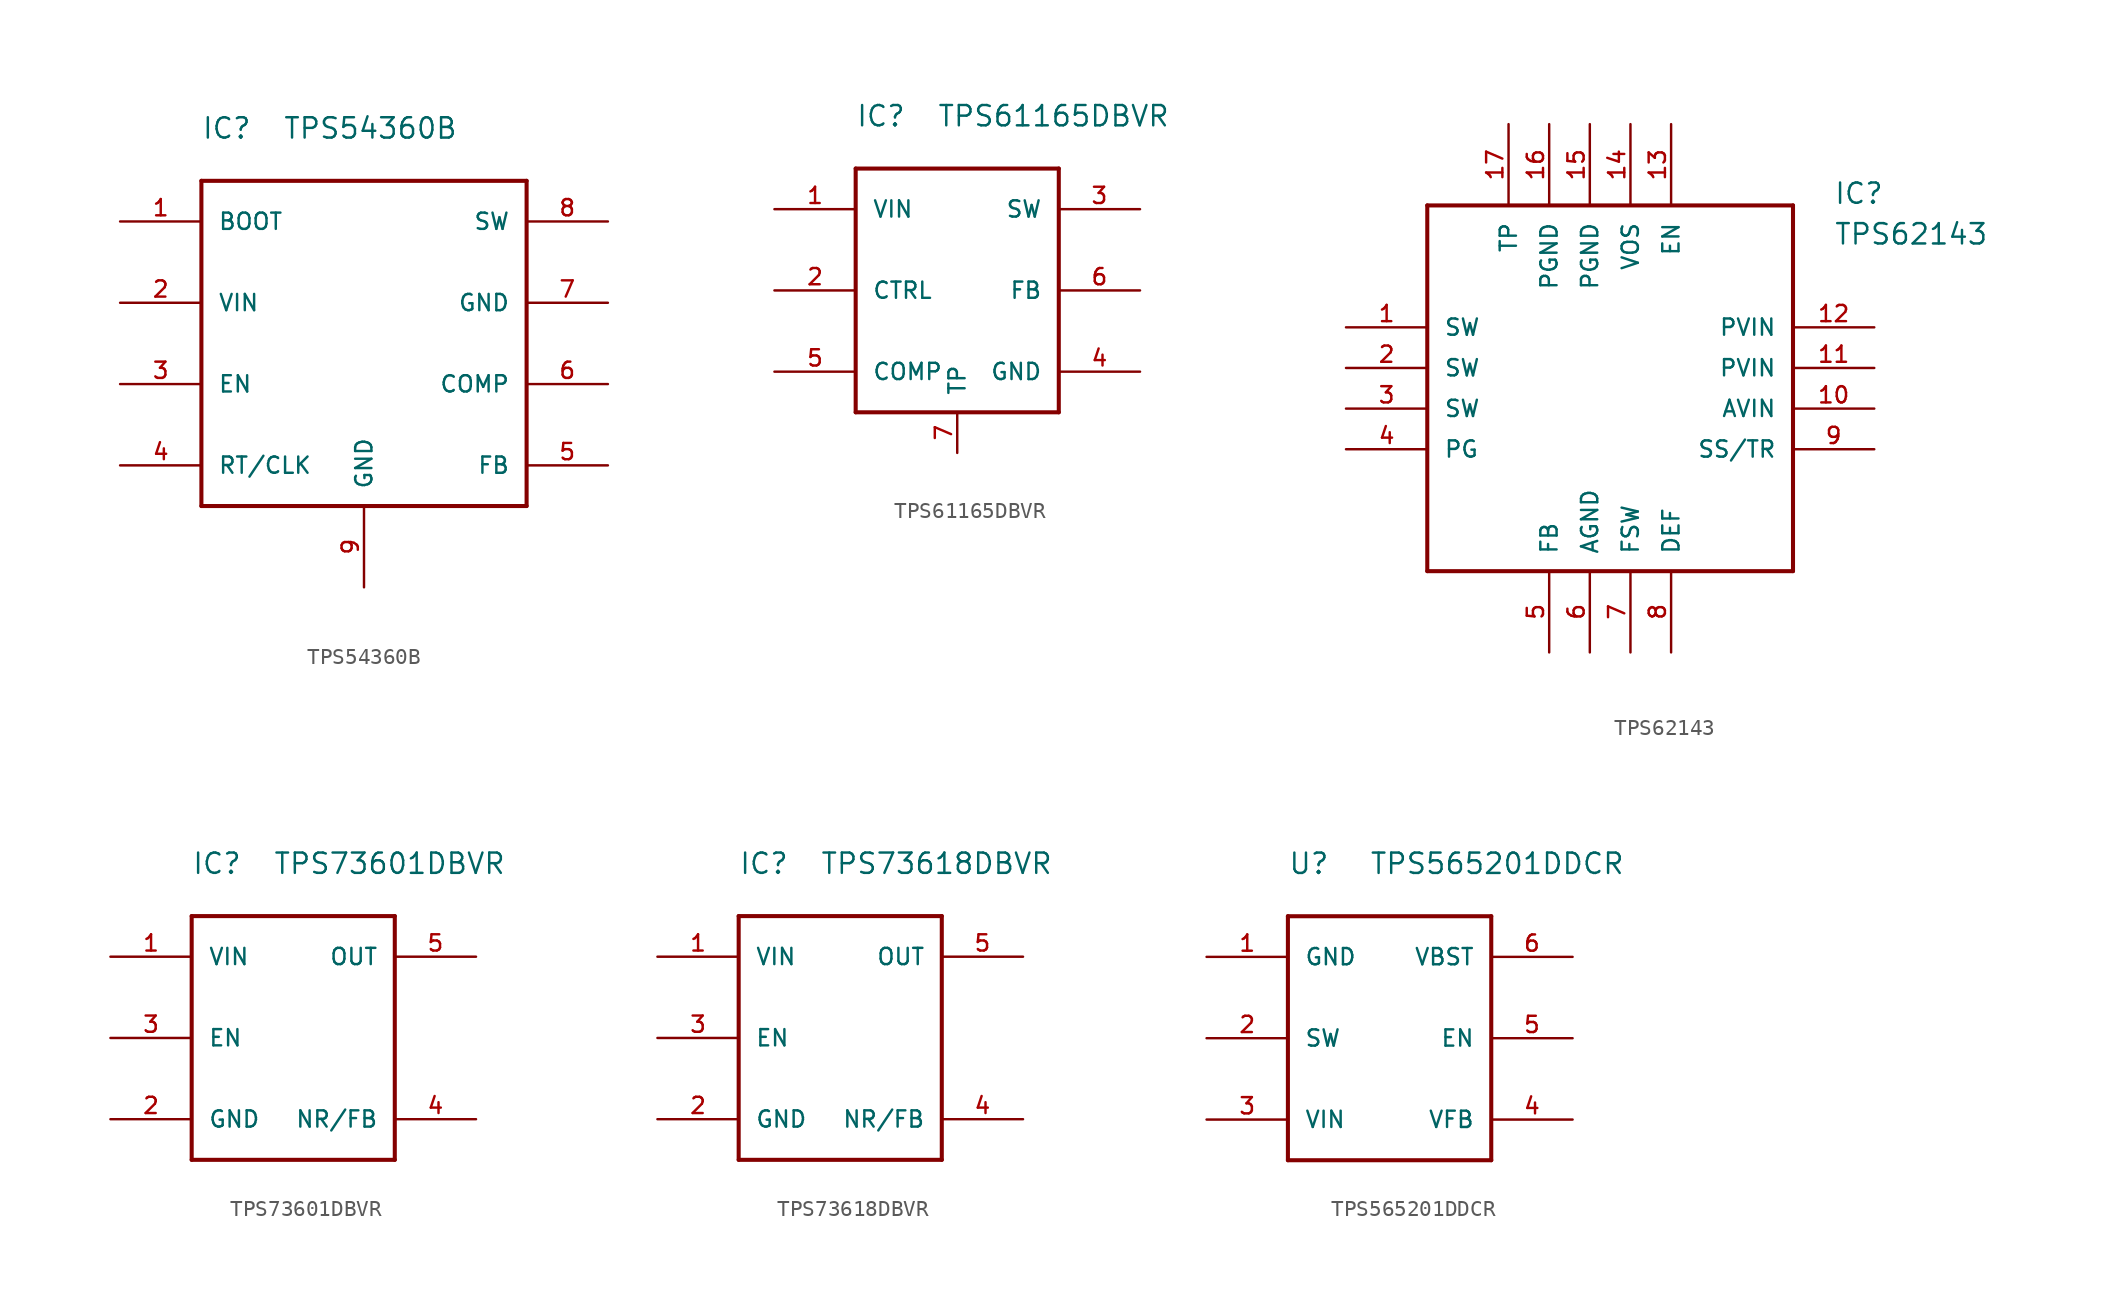
<source format=kicad_sym>
(kicad_symbol_lib
  (version 20220914)
  (generator kicad_symbol_editor)
  (symbol "TPS54360B"
    (pin_names
      (offset 1.016))
    (property "Reference" "IC"
      (at 0 2.54 0)
      (effects (font (size 1.27 1.27)) (justify left bottom)))
    (property "Value" "TPS54360B"
      (at 5.08 2.54 0)
      (effects (font (size 1.27 1.27)) (justify left bottom)))
    (symbol "TPS54360B_1_0"
      (polyline (pts (xy 0 -20.32) (xy 0 0)) (stroke (width 0.254) (type solid)) (fill (type none)))
      (polyline (pts (xy 0 0) (xy 20.32 0)) (stroke (width 0.254) (type solid)) (fill (type none)))
      (polyline (pts (xy 20.32 -20.32) (xy 0 -20.32)) (stroke (width 0.254) (type solid)) (fill (type none)))
      (polyline (pts (xy 20.32 0) (xy 20.32 -20.32)) (stroke (width 0.254) (type solid)) (fill (type none))))
    (symbol "TPS54360B_1_1"
      (pin input line (at -5.08 -2.54 0) (length 5.08) (name "BOOT" (effects (font (size 1.016 1.016)))) (number "1" (effects (font (size 1.016 1.016)))))
      (pin power_in line (at -5.08 -7.62 0) (length 5.08) (name "VIN" (effects (font (size 1.016 1.016)))) (number "2" (effects (font (size 1.016 1.016)))))
      (pin input line (at -5.08 -12.7 0) (length 5.08) (name "EN" (effects (font (size 1.016 1.016)))) (number "3" (effects (font (size 1.016 1.016)))))
      (pin passive line (at -5.08 -17.78 0) (length 5.08) (name "RT/CLK" (effects (font (size 1.016 1.016)))) (number "4" (effects (font (size 1.016 1.016)))))
      (pin input line (at 25.4 -17.78 180) (length 5.08) (name "FB" (effects (font (size 1.016 1.016)))) (number "5" (effects (font (size 1.016 1.016)))))
      (pin unspecified line (at 25.4 -12.7 180) (length 5.08) (name "COMP" (effects (font (size 1.016 1.016)))) (number "6" (effects (font (size 1.016 1.016)))))
      (pin power_in line (at 25.4 -7.62 180) (length 5.08) (name "GND" (effects (font (size 1.016 1.016)))) (number "7" (effects (font (size 1.016 1.016)))))
      (pin power_out line (at 25.4 -2.54 180) (length 5.08) (name "SW" (effects (font (size 1.016 1.016)))) (number "8" (effects (font (size 1.016 1.016)))))
      (pin input line (at 10.16 -25.4 90) (length 5.08) (name "GND" (effects (font (size 1.016 1.016)))) (number "9" (effects (font (size 1.016 1.016)))))))
  (symbol "TPS61165DBVR"
    (pin_names
      (offset 1.016))
    (property "Reference" "IC"
      (at 0 2.54 0)
      (effects (font (size 1.27 1.27)) (justify left bottom)))
    (property "Value" "TPS61165DBVR"
      (at 5.08 2.54 0)
      (effects (font (size 1.27 1.27)) (justify left bottom)))
    (symbol "TPS61165DBVR_1_0"
      (polyline (pts (xy 0 -15.24) (xy 0 0)) (stroke (width 0.254) (type solid)) (fill (type none)))
      (polyline (pts (xy 0 0) (xy 12.7 0)) (stroke (width 0.254) (type solid)) (fill (type none)))
      (polyline (pts (xy 12.7 -15.24) (xy 0 -15.24)) (stroke (width 0.254) (type solid)) (fill (type none)))
      (polyline (pts (xy 12.7 0) (xy 12.7 -15.24)) (stroke (width 0.254) (type solid)) (fill (type none))))
    (symbol "TPS61165DBVR_1_1"
      (pin power_in line (at -5.08 -2.54 0) (length 5.08) (name "VIN" (effects (font (size 1.016 1.016)))) (number "1" (effects (font (size 1.016 1.016)))))
      (pin input line (at -5.08 -7.62 0) (length 5.08) (name "CTRL" (effects (font (size 1.016 1.016)))) (number "2" (effects (font (size 1.016 1.016)))))
      (pin power_out line (at 17.78 -2.54 180) (length 5.08) (name "SW" (effects (font (size 1.016 1.016)))) (number "3" (effects (font (size 1.016 1.016)))))
      (pin power_in line (at 17.78 -12.7 180) (length 5.08) (name "GND" (effects (font (size 1.016 1.016)))) (number "4" (effects (font (size 1.016 1.016)))))
      (pin output line (at -5.08 -12.7 0) (length 5.08) (name "COMP" (effects (font (size 1.016 1.016)))) (number "5" (effects (font (size 1.016 1.016)))))
      (pin input line (at 17.78 -7.62 180) (length 5.08) (name "FB" (effects (font (size 1.016 1.016)))) (number "6" (effects (font (size 1.016 1.016)))))
      (pin passive line (at 6.35 -17.78 90) (length 2.54) (name "TP" (effects (font (size 1.016 1.016)))) (number "7" (effects (font (size 1.016 1.016)))))))
  (symbol "TPS62143"
    (pin_names
      (offset 1.016))
    (property "Reference" "IC"
      (at 25.4 0 0)
      (effects (font (size 1.27 1.27)) (justify left bottom)))
    (property "Value" "TPS62143"
      (at 25.4 -2.54 0)
      (effects (font (size 1.27 1.27)) (justify left bottom)))
    (symbol "TPS62143_1_0"
      (polyline (pts (xy 0 -22.86) (xy 0 0)) (stroke (width 0.254) (type solid)) (fill (type none)))
      (polyline (pts (xy 0 0) (xy 22.86 0)) (stroke (width 0.254) (type solid)) (fill (type none)))
      (polyline (pts (xy 22.86 -22.86) (xy 0 -22.86)) (stroke (width 0.254) (type solid)) (fill (type none)))
      (polyline (pts (xy 22.86 0) (xy 22.86 -22.86)) (stroke (width 0.254) (type solid)) (fill (type none))))
    (symbol "TPS62143_1_1"
      (pin output line (at -5.08 -7.62 0) (length 5.08) (name "SW" (effects (font (size 1.016 1.016)))) (number "1" (effects (font (size 1.016 1.016)))))
      (pin input line (at 27.94 -12.7 180) (length 5.08) (name "AVIN" (effects (font (size 1.016 1.016)))) (number "10" (effects (font (size 1.016 1.016)))))
      (pin power_in line (at 27.94 -10.16 180) (length 5.08) (name "PVIN" (effects (font (size 1.016 1.016)))) (number "11" (effects (font (size 1.016 1.016)))))
      (pin power_in line (at 27.94 -7.62 180) (length 5.08) (name "PVIN" (effects (font (size 1.016 1.016)))) (number "12" (effects (font (size 1.016 1.016)))))
      (pin input line (at 15.24 5.08 270) (length 5.08) (name "EN" (effects (font (size 1.016 1.016)))) (number "13" (effects (font (size 1.016 1.016)))))
      (pin input line (at 12.7 5.08 270) (length 5.08) (name "VOS" (effects (font (size 1.016 1.016)))) (number "14" (effects (font (size 1.016 1.016)))))
      (pin power_in line (at 10.16 5.08 270) (length 5.08) (name "PGND" (effects (font (size 1.016 1.016)))) (number "15" (effects (font (size 1.016 1.016)))))
      (pin power_in line (at 7.62 5.08 270) (length 5.08) (name "PGND" (effects (font (size 1.016 1.016)))) (number "16" (effects (font (size 1.016 1.016)))))
      (pin power_in line (at 5.08 5.08 270) (length 5.08) (name "TP" (effects (font (size 1.016 1.016)))) (number "17" (effects (font (size 1.016 1.016)))))
      (pin passive line (at -5.08 -10.16 0) (length 5.08) (name "SW" (effects (font (size 1.016 1.016)))) (number "2" (effects (font (size 1.016 1.016)))))
      (pin passive line (at -5.08 -12.7 0) (length 5.08) (name "SW" (effects (font (size 1.016 1.016)))) (number "3" (effects (font (size 1.016 1.016)))))
      (pin output line (at -5.08 -15.24 0) (length 5.08) (name "PG" (effects (font (size 1.016 1.016)))) (number "4" (effects (font (size 1.016 1.016)))))
      (pin input line (at 7.62 -27.94 90) (length 5.08) (name "FB" (effects (font (size 1.016 1.016)))) (number "5" (effects (font (size 1.016 1.016)))))
      (pin power_in line (at 10.16 -27.94 90) (length 5.08) (name "AGND" (effects (font (size 1.016 1.016)))) (number "6" (effects (font (size 1.016 1.016)))))
      (pin input line (at 12.7 -27.94 90) (length 5.08) (name "FSW" (effects (font (size 1.016 1.016)))) (number "7" (effects (font (size 1.016 1.016)))))
      (pin input line (at 15.24 -27.94 90) (length 5.08) (name "DEF" (effects (font (size 1.016 1.016)))) (number "8" (effects (font (size 1.016 1.016)))))
      (pin input line (at 27.94 -15.24 180) (length 5.08) (name "SS/TR" (effects (font (size 1.016 1.016)))) (number "9" (effects (font (size 1.016 1.016)))))))
  (symbol "TPS73601DBVR"
    (pin_names
      (offset 1.016))
    (property "Reference" "IC"
      (at 0 2.54 0)
      (effects (font (size 1.27 1.27)) (justify left bottom)))
    (property "Value" "TPS73601DBVR"
      (at 5.08 2.54 0)
      (effects (font (size 1.27 1.27)) (justify left bottom)))
    (symbol "TPS73601DBVR_1_0"
      (polyline (pts (xy 0 -15.24) (xy 0 0)) (stroke (width 0.254) (type solid)) (fill (type none)))
      (polyline (pts (xy 0 0) (xy 12.7 0)) (stroke (width 0.254) (type solid)) (fill (type none)))
      (polyline (pts (xy 12.7 -15.24) (xy 0 -15.24)) (stroke (width 0.254) (type solid)) (fill (type none)))
      (polyline (pts (xy 12.7 0) (xy 12.7 -15.24)) (stroke (width 0.254) (type solid)) (fill (type none))))
    (symbol "TPS73601DBVR_1_1"
      (pin power_in line (at -5.08 -2.54 0) (length 5.08) (name "VIN" (effects (font (size 1.016 1.016)))) (number "1" (effects (font (size 1.016 1.016)))))
      (pin power_in line (at -5.08 -12.7 0) (length 5.08) (name "GND" (effects (font (size 1.016 1.016)))) (number "2" (effects (font (size 1.016 1.016)))))
      (pin input line (at -5.08 -7.62 0) (length 5.08) (name "EN" (effects (font (size 1.016 1.016)))) (number "3" (effects (font (size 1.016 1.016)))))
      (pin input line (at 17.78 -12.7 180) (length 5.08) (name "NR/FB" (effects (font (size 1.016 1.016)))) (number "4" (effects (font (size 1.016 1.016)))))
      (pin power_out line (at 17.78 -2.54 180) (length 5.08) (name "OUT" (effects (font (size 1.016 1.016)))) (number "5" (effects (font (size 1.016 1.016)))))))
  (symbol "TPS73618DBVR"
    (pin_names
      (offset 1.016))
    (property "Reference" "IC"
      (at 0 2.54 0)
      (effects (font (size 1.27 1.27)) (justify left bottom)))
    (property "Value" "TPS73618DBVR"
      (at 5.08 2.54 0)
      (effects (font (size 1.27 1.27)) (justify left bottom)))
    (symbol "TPS73618DBVR_1_0"
      (polyline (pts (xy 0 -15.24) (xy 0 0)) (stroke (width 0.254) (type solid)) (fill (type none)))
      (polyline (pts (xy 0 0) (xy 12.7 0)) (stroke (width 0.254) (type solid)) (fill (type none)))
      (polyline (pts (xy 12.7 -15.24) (xy 0 -15.24)) (stroke (width 0.254) (type solid)) (fill (type none)))
      (polyline (pts (xy 12.7 0) (xy 12.7 -15.24)) (stroke (width 0.254) (type solid)) (fill (type none))))
    (symbol "TPS73618DBVR_1_1"
      (pin power_in line (at -5.08 -2.54 0) (length 5.08) (name "VIN" (effects (font (size 1.016 1.016)))) (number "1" (effects (font (size 1.016 1.016)))))
      (pin power_in line (at -5.08 -12.7 0) (length 5.08) (name "GND" (effects (font (size 1.016 1.016)))) (number "2" (effects (font (size 1.016 1.016)))))
      (pin input line (at -5.08 -7.62 0) (length 5.08) (name "EN" (effects (font (size 1.016 1.016)))) (number "3" (effects (font (size 1.016 1.016)))))
      (pin input line (at 17.78 -12.7 180) (length 5.08) (name "NR/FB" (effects (font (size 1.016 1.016)))) (number "4" (effects (font (size 1.016 1.016)))))
      (pin power_out line (at 17.78 -2.54 180) (length 5.08) (name "OUT" (effects (font (size 1.016 1.016)))) (number "5" (effects (font (size 1.016 1.016)))))))
  (symbol "TPS565201DDCR"
    (pin_names
      (offset 1.016))
    (property "Reference" "U"
      (at 0 2.54 0)
      (effects (font (size 1.27 1.27)) (justify left bottom)))
    (property "Value" "TPS565201DDCR"
      (at 5.08 2.54 0)
      (effects (font (size 1.27 1.27)) (justify left bottom)))
    (symbol "TPS565201DDCR_1_0"
      (polyline (pts (xy 0 -15.24) (xy 0 0)) (stroke (width 0.254) (type solid)) (fill (type none)))
      (polyline (pts (xy 0 0) (xy 12.7 0)) (stroke (width 0.254) (type solid)) (fill (type none)))
      (polyline (pts (xy 12.7 -15.24) (xy 0 -15.24)) (stroke (width 0.254) (type solid)) (fill (type none)))
      (polyline (pts (xy 12.7 0) (xy 12.7 -15.24)) (stroke (width 0.254) (type solid)) (fill (type none))))
    (symbol "TPS565201DDCR_1_1"
      (pin power_in line (at -5.08 -2.54 0) (length 5.08) (name "GND" (effects (font (size 1.016 1.016)))) (number "1" (effects (font (size 1.016 1.016)))))
      (pin output line (at -5.08 -7.62 0) (length 5.08) (name "SW" (effects (font (size 1.016 1.016)))) (number "2" (effects (font (size 1.016 1.016)))))
      (pin power_in line (at -5.08 -12.7 0) (length 5.08) (name "VIN" (effects (font (size 1.016 1.016)))) (number "3" (effects (font (size 1.016 1.016)))))
      (pin input line (at 17.78 -12.7 180) (length 5.08) (name "VFB" (effects (font (size 1.016 1.016)))) (number "4" (effects (font (size 1.016 1.016)))))
      (pin input line (at 17.78 -7.62 180) (length 5.08) (name "EN" (effects (font (size 1.016 1.016)))) (number "5" (effects (font (size 1.016 1.016)))))
      (pin output line (at 17.78 -2.54 180) (length 5.08) (name "VBST" (effects (font (size 1.016 1.016)))) (number "6" (effects (font (size 1.016 1.016))))))))
</source>
